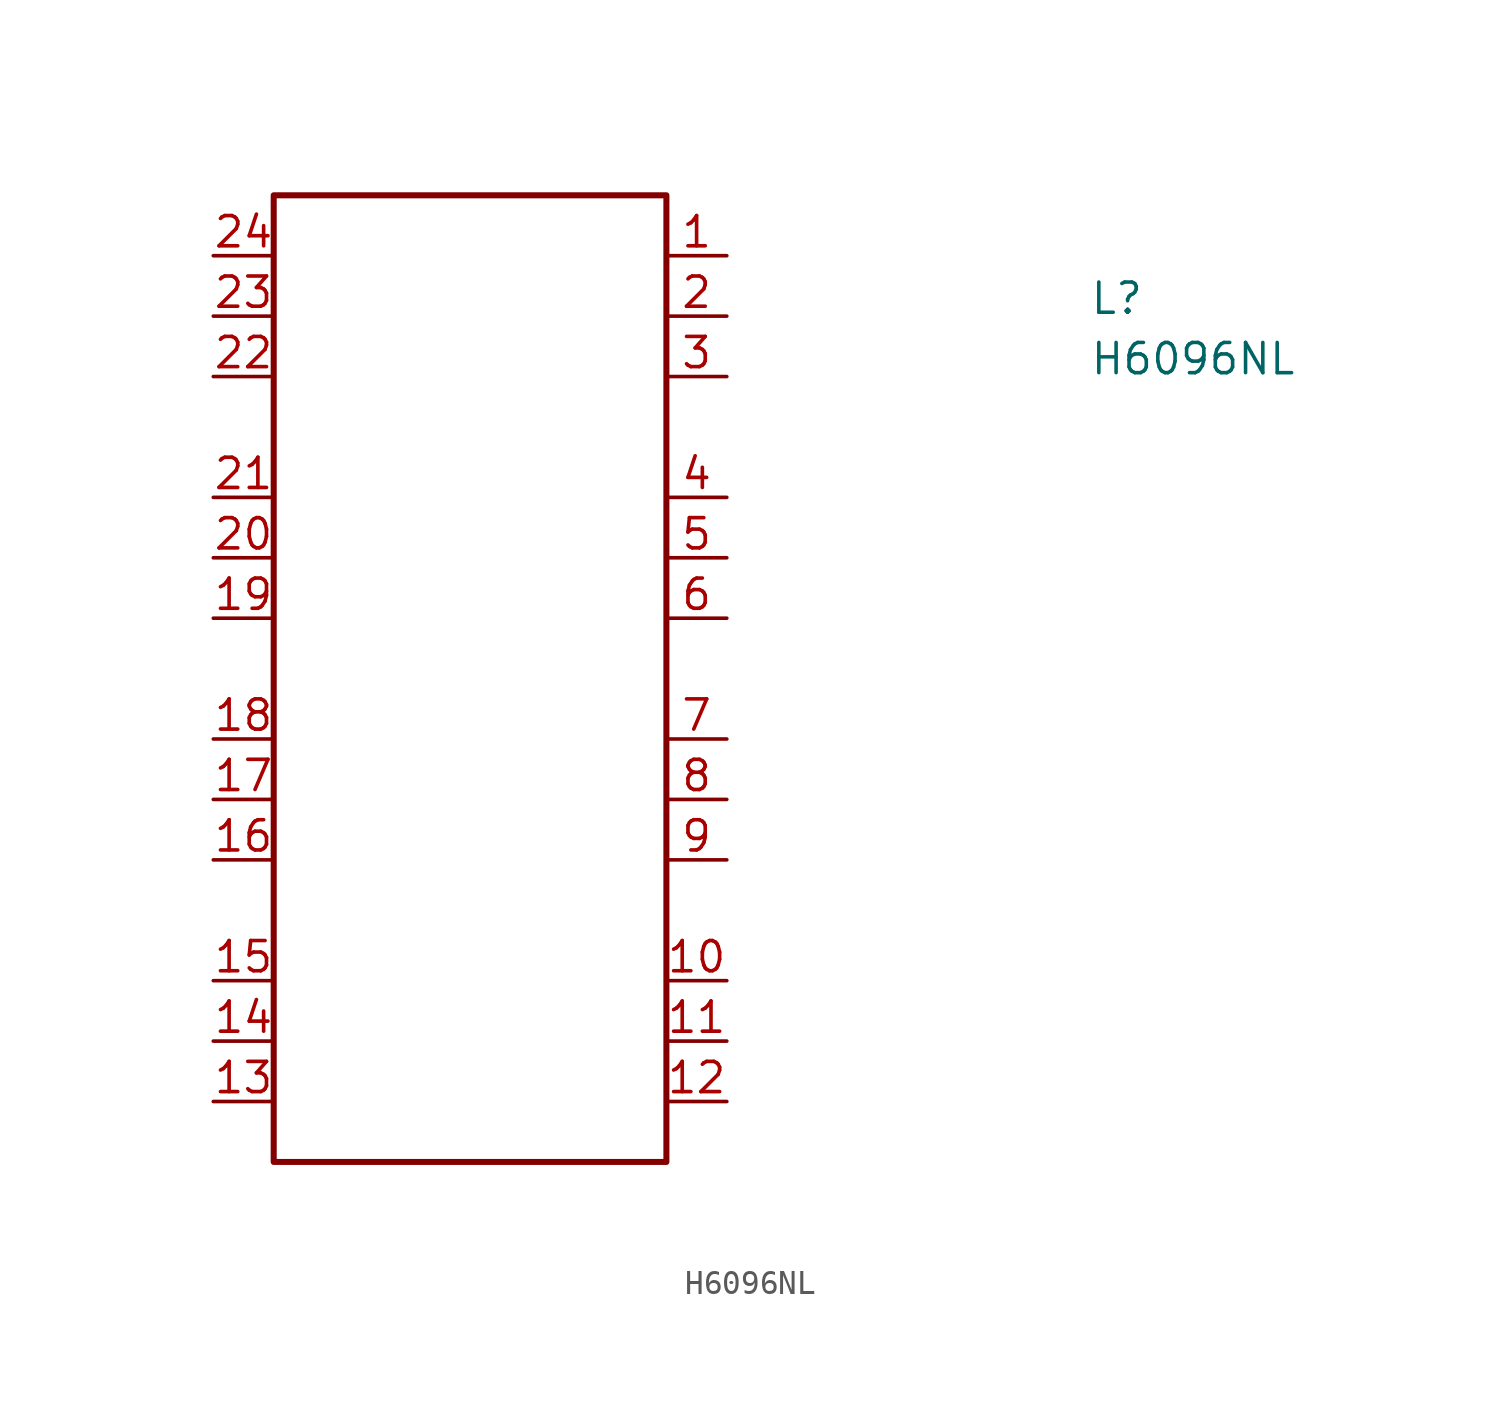
<source format=kicad_sym>
(kicad_symbol_lib
  (version 20211014)
  (generator kicad_symbol_editor)
  (symbol "H6096NL"
    (pin_names hide)
    (property "Reference" "L"
      (at 15.24 -2.54 0)
      (effects (font (size 1.27 1.27) (thickness 0.15)) (justify left bottom)))
    (property "Value" "H6096NL"
      (at 15.24 -5.08 0)
      (effects (font (size 1.27 1.27) (thickness 0.15)) (justify left bottom)))
    (symbol "H6096NL_1_1"
      (rectangle (start -19.05 2.54) (end -2.54 -38.1) (stroke (width 0.254) (type default) (color 0 0 0 0)) (fill (type none)))
      (pin passive line (at 0 0 180) (length 2.54) (name "1" (effects (font (size 1.27 1.27)))) (number "1" (effects (font (size 1.27 1.27)))))
      (pin passive line (at 0 -30.48 180) (length 2.54) (name "10" (effects (font (size 1.27 1.27)))) (number "10" (effects (font (size 1.27 1.27)))))
      (pin passive line (at 0 -33.02 180) (length 2.54) (name "11" (effects (font (size 1.27 1.27)))) (number "11" (effects (font (size 1.27 1.27)))))
      (pin passive line (at 0 -35.56 180) (length 2.54) (name "12" (effects (font (size 1.27 1.27)))) (number "12" (effects (font (size 1.27 1.27)))))
      (pin passive line (at -21.59 -35.56 0) (length 2.54) (name "13" (effects (font (size 1.27 1.27)))) (number "13" (effects (font (size 1.27 1.27)))))
      (pin passive line (at -21.59 -33.02 0) (length 2.54) (name "14" (effects (font (size 1.27 1.27)))) (number "14" (effects (font (size 1.27 1.27)))))
      (pin passive line (at -21.59 -30.48 0) (length 2.54) (name "15" (effects (font (size 1.27 1.27)))) (number "15" (effects (font (size 1.27 1.27)))))
      (pin passive line (at -21.59 -25.4 0) (length 2.54) (name "16" (effects (font (size 1.27 1.27)))) (number "16" (effects (font (size 1.27 1.27)))))
      (pin passive line (at -21.59 -22.86 0) (length 2.54) (name "17" (effects (font (size 1.27 1.27)))) (number "17" (effects (font (size 1.27 1.27)))))
      (pin passive line (at -21.59 -20.32 0) (length 2.54) (name "18" (effects (font (size 1.27 1.27)))) (number "18" (effects (font (size 1.27 1.27)))))
      (pin passive line (at -21.59 -15.24 0) (length 2.54) (name "19" (effects (font (size 1.27 1.27)))) (number "19" (effects (font (size 1.27 1.27)))))
      (pin passive line (at 0 -2.54 180) (length 2.54) (name "2" (effects (font (size 1.27 1.27)))) (number "2" (effects (font (size 1.27 1.27)))))
      (pin passive line (at -21.59 -12.7 0) (length 2.54) (name "20" (effects (font (size 1.27 1.27)))) (number "20" (effects (font (size 1.27 1.27)))))
      (pin passive line (at -21.59 -10.16 0) (length 2.54) (name "21" (effects (font (size 1.27 1.27)))) (number "21" (effects (font (size 1.27 1.27)))))
      (pin passive line (at -21.59 -5.08 0) (length 2.54) (name "22" (effects (font (size 1.27 1.27)))) (number "22" (effects (font (size 1.27 1.27)))))
      (pin passive line (at -21.59 -2.54 0) (length 2.54) (name "23" (effects (font (size 1.27 1.27)))) (number "23" (effects (font (size 1.27 1.27)))))
      (pin passive line (at -21.59 0 0) (length 2.54) (name "24" (effects (font (size 1.27 1.27)))) (number "24" (effects (font (size 1.27 1.27)))))
      (pin passive line (at 0 -5.08 180) (length 2.54) (name "3" (effects (font (size 1.27 1.27)))) (number "3" (effects (font (size 1.27 1.27)))))
      (pin passive line (at 0 -10.16 180) (length 2.54) (name "4" (effects (font (size 1.27 1.27)))) (number "4" (effects (font (size 1.27 1.27)))))
      (pin passive line (at 0 -12.7 180) (length 2.54) (name "5" (effects (font (size 1.27 1.27)))) (number "5" (effects (font (size 1.27 1.27)))))
      (pin passive line (at 0 -15.24 180) (length 2.54) (name "6" (effects (font (size 1.27 1.27)))) (number "6" (effects (font (size 1.27 1.27)))))
      (pin passive line (at 0 -20.32 180) (length 2.54) (name "7" (effects (font (size 1.27 1.27)))) (number "7" (effects (font (size 1.27 1.27)))))
      (pin passive line (at 0 -22.86 180) (length 2.54) (name "8" (effects (font (size 1.27 1.27)))) (number "8" (effects (font (size 1.27 1.27)))))
      (pin passive line (at 0 -25.4 180) (length 2.54) (name "9" (effects (font (size 1.27 1.27)))) (number "9" (effects (font (size 1.27 1.27))))))))
</source>
